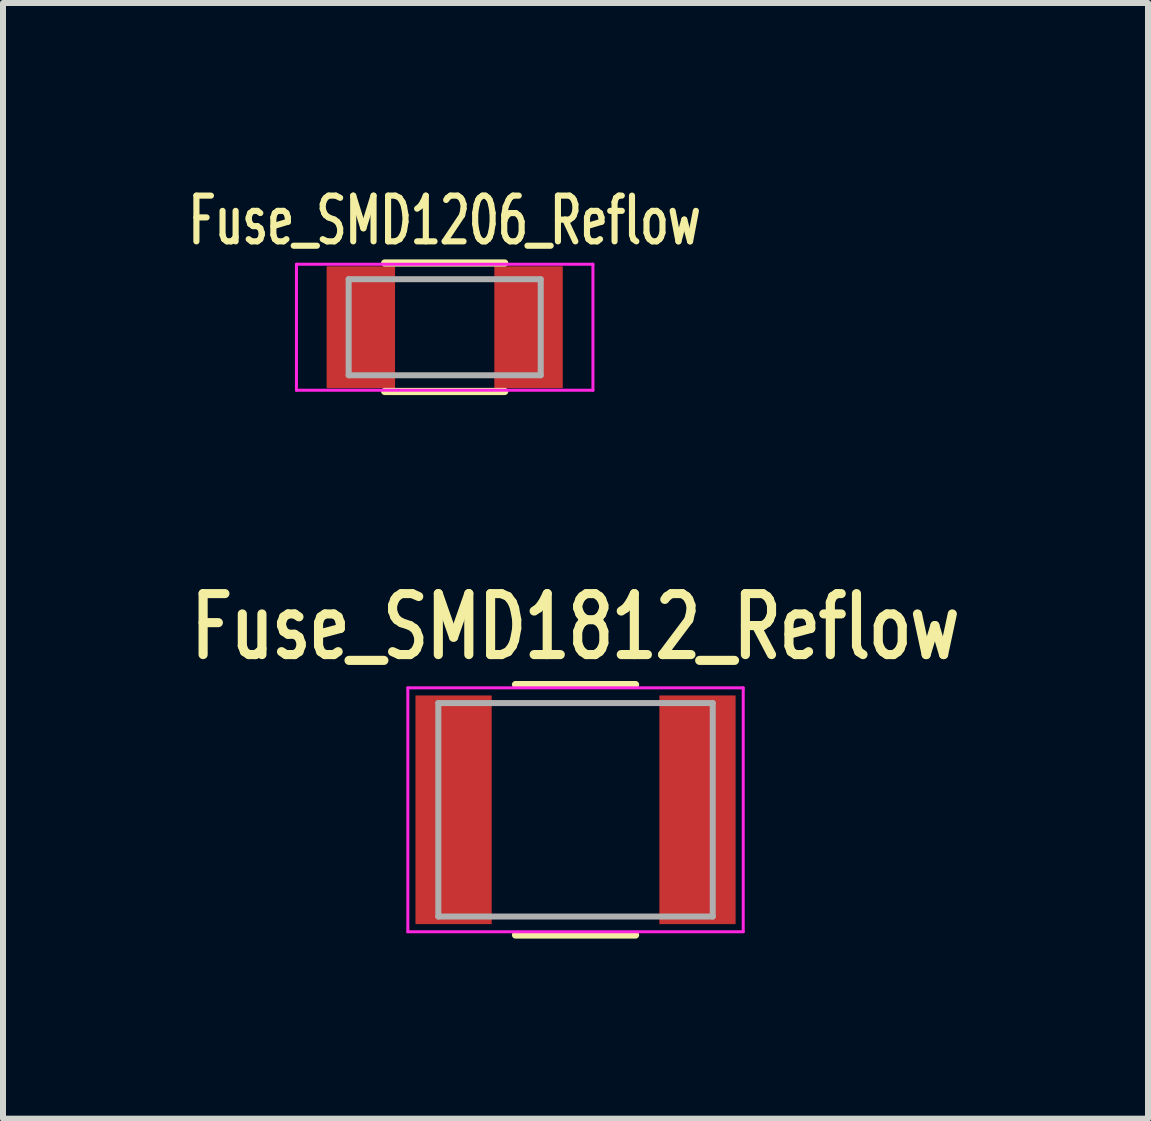
<source format=kicad_pcb>
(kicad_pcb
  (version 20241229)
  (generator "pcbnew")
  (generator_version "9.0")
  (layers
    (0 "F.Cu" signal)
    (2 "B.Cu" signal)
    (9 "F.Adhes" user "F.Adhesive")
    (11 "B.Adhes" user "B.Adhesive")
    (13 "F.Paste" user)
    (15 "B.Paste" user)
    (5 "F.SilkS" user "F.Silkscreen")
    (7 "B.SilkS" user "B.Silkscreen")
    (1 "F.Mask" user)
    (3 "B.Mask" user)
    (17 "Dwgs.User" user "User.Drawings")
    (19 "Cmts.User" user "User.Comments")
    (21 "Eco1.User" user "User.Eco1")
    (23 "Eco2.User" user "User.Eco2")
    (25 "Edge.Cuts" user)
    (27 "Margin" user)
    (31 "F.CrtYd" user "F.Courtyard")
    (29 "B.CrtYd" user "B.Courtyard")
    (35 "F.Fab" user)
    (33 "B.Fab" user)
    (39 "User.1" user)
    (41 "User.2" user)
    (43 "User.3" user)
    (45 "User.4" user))
  (footprint "Fuse_SMD1206_Reflow"
    (layer "F.Cu")
    (at 4.359 2.402)
    (property "Reference" "Fuse_SMD1206_Reflow" (at 0 -1.778 0) (layer "F.SilkS") (effects (font (size 0.762 0.508) (thickness 0.102))))
    (attr smd)
    (fp_line (start -1 -1.07) (end 1 -1.07) (stroke (width 0.12) (type solid)) (layer "F.SilkS"))
    (fp_line (start 1 1.07) (end -1 1.07) (stroke (width 0.12) (type solid)) (layer "F.SilkS"))
    (fp_line (start -2.47 -1.05) (end -2.47 1.05) (stroke (width 0.05) (type solid)) (layer "F.CrtYd"))
    (fp_line (start -2.47 -1.05) (end 2.47 -1.05) (stroke (width 0.05) (type solid)) (layer "F.CrtYd"))
    (fp_line (start 2.47 1.05) (end -2.47 1.05) (stroke (width 0.05) (type solid)) (layer "F.CrtYd"))
    (fp_line (start 2.47 1.05) (end 2.47 -1.05) (stroke (width 0.05) (type solid)) (layer "F.CrtYd"))
    (fp_line (start -1.6 -0.8) (end 1.6 -0.8) (stroke (width 0.1) (type solid)) (layer "F.Fab"))
    (fp_line (start -1.6 0.8) (end -1.6 -0.8) (stroke (width 0.1) (type solid)) (layer "F.Fab"))
    (fp_line (start 1.6 -0.8) (end 1.6 0.8) (stroke (width 0.1) (type solid)) (layer "F.Fab"))
    (fp_line (start 1.6 0.8) (end -1.6 0.8) (stroke (width 0.1) (type solid)) (layer "F.Fab"))
    (pad "1" smd rect (at -1.397 0 90) (size 2.03 1.14) (layers "F.Cu" "F.Mask" "F.Paste"))
    (pad "2" smd rect (at 1.397 0 90) (size 2.03 1.14) (layers "F.Cu" "F.Mask" "F.Paste")))
  (footprint "Fuse_SMD1812_Reflow"
    (layer "F.Cu")
    (at 6.539 10.442)
    (property "Reference" "Fuse_SMD1812_Reflow" (at 0 -3.048 0) (layer "F.SilkS") (effects (font (size 1.016 0.762) (thickness 0.152))))
    (attr smd)
    (fp_line (start -1 -2.086) (end 1 -2.086) (stroke (width 0.12) (type solid)) (layer "F.SilkS"))
    (fp_line (start 1 2.086) (end -1 2.086) (stroke (width 0.12) (type solid)) (layer "F.SilkS"))
    (fp_line (start -2.794 -2.032) (end 2.794 -2.032) (stroke (width 0.05) (type solid)) (layer "F.CrtYd"))
    (fp_line (start -2.794 2.032) (end -2.794 -2.032) (stroke (width 0.05) (type solid)) (layer "F.CrtYd"))
    (fp_line (start 2.794 -2.032) (end 2.794 2.032) (stroke (width 0.05) (type solid)) (layer "F.CrtYd"))
    (fp_line (start 2.794 2.032) (end -2.794 2.032) (stroke (width 0.05) (type solid)) (layer "F.CrtYd"))
    (fp_line (start -2.286 -1.778) (end 2.286 -1.778) (stroke (width 0.1) (type solid)) (layer "F.Fab"))
    (fp_line (start -2.286 1.778) (end -2.286 -1.778) (stroke (width 0.1) (type solid)) (layer "F.Fab"))
    (fp_line (start 2.286 -1.778) (end 2.286 1.778) (stroke (width 0.1) (type solid)) (layer "F.Fab"))
    (fp_line (start 2.286 1.778) (end -2.286 1.778) (stroke (width 0.1) (type solid)) (layer "F.Fab"))
    (pad "1" smd rect (at -2.032 0) (size 1.27 3.81) (layers "F.Cu" "F.Mask" "F.Paste"))
    (pad "2" smd rect (at 2.032 0) (size 1.27 3.81) (layers "F.Cu" "F.Mask" "F.Paste")))
  (gr_rect
    (start -3 -3)
    (end 16.077 15.588)
    (stroke (width 0.1) (type default))
    (fill no)
    (layer "Edge.Cuts")))
</source>
